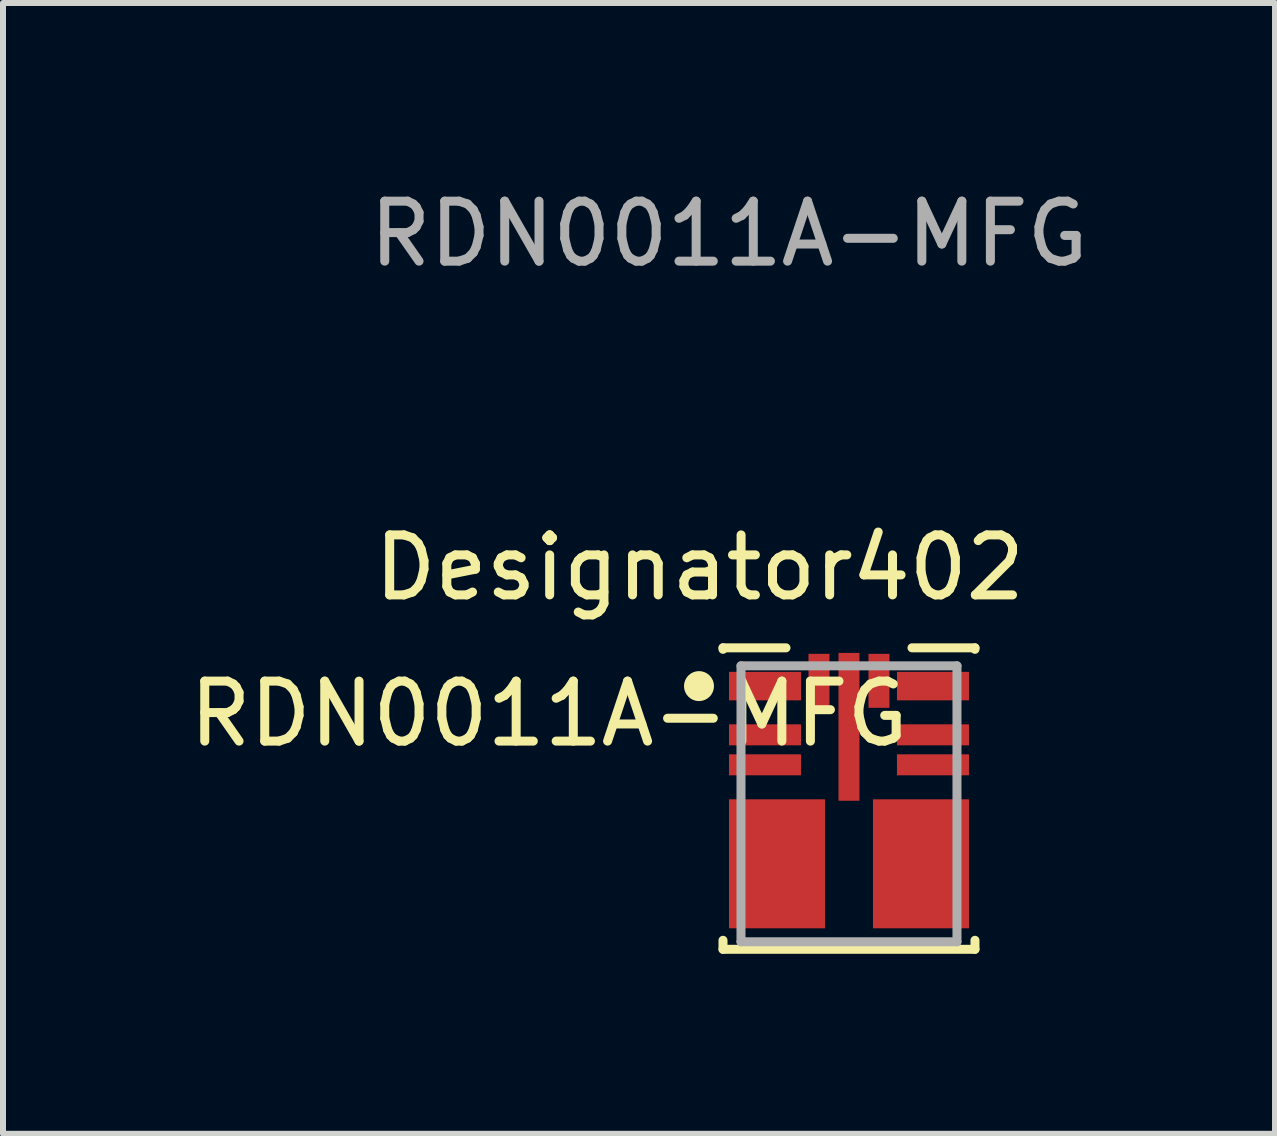
<source format=kicad_pcb>
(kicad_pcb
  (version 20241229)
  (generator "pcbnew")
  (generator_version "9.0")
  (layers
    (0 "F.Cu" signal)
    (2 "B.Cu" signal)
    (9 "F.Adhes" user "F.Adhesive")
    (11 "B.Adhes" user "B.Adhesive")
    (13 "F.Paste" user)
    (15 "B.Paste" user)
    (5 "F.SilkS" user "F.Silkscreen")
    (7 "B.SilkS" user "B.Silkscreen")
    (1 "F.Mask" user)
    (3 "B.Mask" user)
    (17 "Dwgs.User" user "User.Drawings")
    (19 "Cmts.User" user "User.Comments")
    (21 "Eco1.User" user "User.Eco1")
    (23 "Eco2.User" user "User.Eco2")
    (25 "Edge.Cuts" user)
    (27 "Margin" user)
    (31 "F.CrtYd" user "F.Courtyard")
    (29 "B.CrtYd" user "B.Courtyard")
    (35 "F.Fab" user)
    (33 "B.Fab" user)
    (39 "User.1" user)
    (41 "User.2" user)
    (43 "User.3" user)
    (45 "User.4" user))
  (footprint "RDN0011A-MFG"
    (layer "F.Cu")
    (at 11.101 10.348)
    (property "Reference" "RDN0011A-MFG" (at -5 -1.5 0) (unlocked yes) (layer "F.SilkS") (effects (font (size 1 1) (thickness 0.15))))
    (attr through_hole)
    (fp_poly (pts (xy -1.95 -2.099) (xy -1.9 -2.15) (xy -0.9 -2.15) (xy -0.85 -2.099) (xy -0.85 -1.825) (xy -0.9 -1.774) (xy -1.9 -1.774) (xy -1.95 -1.825)) (stroke (width 0) (type solid)) (fill yes) (layer "F.Mask"))
    (fp_poly (pts (xy -1.9 -1.025) (xy -1.95 -1.075) (xy -1.95 -1.225) (xy -1.9 -1.275) (xy -0.9 -1.275) (xy -0.85 -1.225) (xy -0.85 -1.075) (xy -0.9 -1.025)) (stroke (width 0) (type solid)) (fill yes) (layer "F.Mask"))
    (fp_poly (pts (xy -0.9 -0.775) (xy -0.85 -0.725) (xy -0.85 -0.575) (xy -0.9 -0.525) (xy -1.9 -0.525) (xy -1.95 -0.575) (xy -1.95 -0.725) (xy -1.9 -0.775)) (stroke (width 0) (type solid)) (fill yes) (layer "F.Mask"))
    (fp_poly (pts (xy -0.425 -1.65) (xy -0.575 -1.65) (xy -0.625 -1.7) (xy -0.625 -2.4) (xy -0.575 -2.45) (xy -0.425 -2.45) (xy -0.375 -2.4) (xy -0.375 -1.7)) (stroke (width 0) (type solid)) (fill yes) (layer "F.Mask"))
    (fp_poly (pts (xy -0.15 -2.4) (xy -0.1 -2.45) (xy 0.1 -2.45) (xy 0.15 -2.4) (xy 0.15 -0.974) (xy 0.1 -0.924) (xy -0.1 -0.924) (xy -0.15 -0.974)) (stroke (width 0) (type solid)) (fill yes) (layer "F.Mask"))
    (fp_poly (pts (xy 0.575 -1.65) (xy 0.425 -1.65) (xy 0.375 -1.7) (xy 0.375 -2.4) (xy 0.425 -2.45) (xy 0.575 -2.45) (xy 0.625 -2.4) (xy 0.625 -1.7)) (stroke (width 0) (type solid)) (fill yes) (layer "F.Mask"))
    (fp_poly (pts (xy 0.85 -1.075) (xy 0.85 -1.225) (xy 0.9 -1.275) (xy 1.9 -1.275) (xy 1.95 -1.225) (xy 1.95 -1.075) (xy 1.9 -1.025) (xy 0.9 -1.025)) (stroke (width 0) (type solid)) (fill yes) (layer "F.Mask"))
    (fp_poly (pts (xy 0.85 -0.725) (xy 0.9 -0.775) (xy 1.9 -0.775) (xy 1.95 -0.725) (xy 1.95 -0.575) (xy 1.9 -0.525) (xy 0.9 -0.525) (xy 0.85 -0.575)) (stroke (width 0) (type solid)) (fill yes) (layer "F.Mask"))
    (fp_poly (pts (xy 1.95 -2.099) (xy 1.95 -1.825) (xy 1.9 -1.774) (xy 0.9 -1.774) (xy 0.85 -1.825) (xy 0.85 -2.099) (xy 0.9 -2.15) (xy 1.9 -2.15)) (stroke (width 0) (type solid)) (fill yes) (layer "F.Mask"))
    (fp_poly (pts (xy -0.5 2.025) (xy -0.45 1.975) (xy -0.45 0.025) (xy -0.5 -0.025) (xy -1.525 -0.025) (xy -1.575 0.025) (xy -1.575 0.125) (xy -1.625 0.175) (xy -1.9 0.175) (xy -1.95 0.225) (xy -1.95 0.375) (xy -1.9 0.425) (xy -1.625 0.425) (xy -1.575 0.475) (xy -1.575 0.625) (xy -1.625 0.675) (xy -1.9 0.675) (xy -1.95 0.725) (xy -1.95 0.875) (xy -1.9 0.925) (xy -1.625 0.925) (xy -1.575 0.975) (xy -1.575 1.125) (xy -1.625 1.175) (xy -1.9 1.175) (xy -1.95 1.225) (xy -1.95 1.375) (xy -1.9 1.425) (xy -1.625 1.425) (xy -1.575 1.475) (xy -1.575 1.625) (xy -1.625 1.675) (xy -1.9 1.675) (xy -1.95 1.725) (xy -1.95 1.875) (xy -1.9 1.925) (xy -1.625 1.925) (xy -1.575 1.975) (xy -1.575 1.975) (xy -1.525 2.025)) (stroke (width 0) (type solid)) (fill yes) (layer "F.Mask"))
    (fp_poly (pts (xy 0.5 2.025) (xy 0.45 1.975) (xy 0.45 0.025) (xy 0.5 -0.025) (xy 1.525 -0.025) (xy 1.575 0.025) (xy 1.575 0.125) (xy 1.625 0.175) (xy 1.9 0.175) (xy 1.95 0.225) (xy 1.95 0.375) (xy 1.9 0.425) (xy 1.625 0.425) (xy 1.575 0.475) (xy 1.575 0.625) (xy 1.625 0.675) (xy 1.9 0.675) (xy 1.95 0.725) (xy 1.95 0.875) (xy 1.9 0.925) (xy 1.625 0.925) (xy 1.575 0.975) (xy 1.575 1.125) (xy 1.625 1.175) (xy 1.9 1.175) (xy 1.95 1.225) (xy 1.95 1.375) (xy 1.9 1.425) (xy 1.625 1.425) (xy 1.575 1.475) (xy 1.575 1.625) (xy 1.625 1.675) (xy 1.9 1.675) (xy 1.95 1.725) (xy 1.95 1.875) (xy 1.9 1.925) (xy 1.625 1.925) (xy 1.575 1.975) (xy 1.575 1.975) (xy 1.525 2.025)) (stroke (width 0) (type solid)) (fill yes) (layer "F.Mask"))
    (fp_line (start -2.1 -2.6) (end -1.05 -2.6) (stroke (width 0.15) (type solid)) (layer "F.SilkS"))
    (fp_line (start -2.1 -2.575) (end -2.1 -2.6) (stroke (width 0.15) (type solid)) (layer "F.SilkS"))
    (fp_line (start -2.1 2.425) (end -2.1 2.275) (stroke (width 0.15) (type solid)) (layer "F.SilkS"))
    (fp_line (start -2.1 2.425) (end 2.1 2.425) (stroke (width 0.15) (type solid)) (layer "F.SilkS"))
    (fp_line (start 1.05 -2.6) (end 2.1 -2.6) (stroke (width 0.15) (type solid)) (layer "F.SilkS"))
    (fp_line (start 2.1 -2.575) (end 2.1 -2.6) (stroke (width 0.15) (type solid)) (layer "F.SilkS"))
    (fp_line (start 2.1 2.425) (end 2.1 2.275) (stroke (width 0.15) (type solid)) (layer "F.SilkS"))
    (fp_circle (center -2.5 -1.962) (end -2.375 -1.962) (stroke (width 0.25) (type solid)) (fill no) (layer "F.SilkS"))
    (fp_poly (pts (xy -1.95 -2.099) (xy -1.9 -2.15) (xy -0.9 -2.15) (xy -0.85 -2.099) (xy -0.85 -1.825) (xy -0.9 -1.774) (xy -1.9 -1.774) (xy -1.95 -1.825)) (stroke (width 0) (type solid)) (fill yes) (layer "F.Paste"))
    (fp_poly (pts (xy -1.9 -1.025) (xy -1.95 -1.075) (xy -1.95 -1.225) (xy -1.9 -1.275) (xy -0.9 -1.275) (xy -0.85 -1.225) (xy -0.85 -1.075) (xy -0.9 -1.025)) (stroke (width 0) (type solid)) (fill yes) (layer "F.Paste"))
    (fp_poly (pts (xy -1.575 0.225) (xy -1.575 0.375) (xy -1.625 0.425) (xy -1.9 0.425) (xy -1.95 0.375) (xy -1.95 0.225) (xy -1.9 0.175) (xy -1.625 0.175)) (stroke (width 0) (type solid)) (fill yes) (layer "F.Paste"))
    (fp_poly (pts (xy -1.575 0.725) (xy -1.575 0.875) (xy -1.625 0.925) (xy -1.9 0.925) (xy -1.95 0.875) (xy -1.95 0.725) (xy -1.9 0.675) (xy -1.625 0.675)) (stroke (width 0) (type solid)) (fill yes) (layer "F.Paste"))
    (fp_poly (pts (xy -1.575 1.225) (xy -1.575 1.375) (xy -1.625 1.425) (xy -1.9 1.425) (xy -1.95 1.375) (xy -1.95 1.225) (xy -1.9 1.175) (xy -1.625 1.175)) (stroke (width 0) (type solid)) (fill yes) (layer "F.Paste"))
    (fp_poly (pts (xy -1.575 1.725) (xy -1.575 1.875) (xy -1.625 1.925) (xy -1.9 1.925) (xy -1.95 1.875) (xy -1.95 1.725) (xy -1.9 1.675) (xy -1.625 1.675)) (stroke (width 0) (type solid)) (fill yes) (layer "F.Paste"))
    (fp_poly (pts (xy -1.38 0.443) (xy -1.38 0.028) (xy -1.33 -0.022) (xy -0.5 -0.022) (xy -0.45 0.028) (xy -0.45 0.443) (xy -0.5 0.493) (xy -1.33 0.493)) (stroke (width 0) (type solid)) (fill yes) (layer "F.Paste"))
    (fp_poly (pts (xy -1.33 1.31) (xy -1.38 1.26) (xy -1.38 0.74) (xy -1.33 0.69) (xy -0.5 0.69) (xy -0.45 0.74) (xy -0.45 1.26) (xy -0.5 1.31)) (stroke (width 0) (type solid)) (fill yes) (layer "F.Paste"))
    (fp_poly (pts (xy -1.33 1.512) (xy -0.5 1.512) (xy -0.45 1.562) (xy -0.45 1.977) (xy -0.5 2.027) (xy -1.33 2.027) (xy -1.38 1.977) (xy -1.38 1.562)) (stroke (width 0) (type solid)) (fill yes) (layer "F.Paste"))
    (fp_poly (pts (xy -0.9 -0.775) (xy -0.85 -0.725) (xy -0.85 -0.575) (xy -0.9 -0.525) (xy -1.9 -0.525) (xy -1.95 -0.575) (xy -1.95 -0.725) (xy -1.9 -0.775)) (stroke (width 0) (type solid)) (fill yes) (layer "F.Paste"))
    (fp_poly (pts (xy -0.425 -1.65) (xy -0.575 -1.65) (xy -0.625 -1.7) (xy -0.625 -2.4) (xy -0.575 -2.45) (xy -0.425 -2.45) (xy -0.375 -2.4) (xy -0.375 -1.7)) (stroke (width 0) (type solid)) (fill yes) (layer "F.Paste"))
    (fp_poly (pts (xy -0.15 -2.4) (xy -0.1 -2.45) (xy 0.1 -2.45) (xy 0.15 -2.4) (xy 0.15 -0.974) (xy 0.1 -0.924) (xy -0.1 -0.924) (xy -0.15 -0.974)) (stroke (width 0) (type solid)) (fill yes) (layer "F.Paste"))
    (fp_poly (pts (xy 0.45 1.26) (xy 0.45 0.74) (xy 0.5 0.69) (xy 1.33 0.69) (xy 1.38 0.74) (xy 1.38 1.26) (xy 1.33 1.31) (xy 0.5 1.31)) (stroke (width 0) (type solid)) (fill yes) (layer "F.Paste"))
    (fp_poly (pts (xy 0.575 -1.65) (xy 0.425 -1.65) (xy 0.375 -1.7) (xy 0.375 -2.4) (xy 0.425 -2.45) (xy 0.575 -2.45) (xy 0.625 -2.4) (xy 0.625 -1.7)) (stroke (width 0) (type solid)) (fill yes) (layer "F.Paste"))
    (fp_poly (pts (xy 0.85 -1.075) (xy 0.85 -1.225) (xy 0.9 -1.275) (xy 1.9 -1.275) (xy 1.95 -1.225) (xy 1.95 -1.075) (xy 1.9 -1.025) (xy 0.9 -1.025)) (stroke (width 0) (type solid)) (fill yes) (layer "F.Paste"))
    (fp_poly (pts (xy 0.85 -0.725) (xy 0.9 -0.775) (xy 1.9 -0.775) (xy 1.95 -0.725) (xy 1.95 -0.575) (xy 1.9 -0.525) (xy 0.9 -0.525) (xy 0.85 -0.575)) (stroke (width 0) (type solid)) (fill yes) (layer "F.Paste"))
    (fp_poly (pts (xy 1.33 0.493) (xy 0.5 0.493) (xy 0.45 0.443) (xy 0.45 0.028) (xy 0.5 -0.022) (xy 1.33 -0.022) (xy 1.38 0.028) (xy 1.38 0.443)) (stroke (width 0) (type solid)) (fill yes) (layer "F.Paste"))
    (fp_poly (pts (xy 1.38 1.562) (xy 1.38 1.977) (xy 1.33 2.027) (xy 0.5 2.027) (xy 0.45 1.977) (xy 0.45 1.562) (xy 0.5 1.512) (xy 1.33 1.512)) (stroke (width 0) (type solid)) (fill yes) (layer "F.Paste"))
    (fp_poly (pts (xy 1.95 0.225) (xy 1.95 0.375) (xy 1.9 0.425) (xy 1.625 0.425) (xy 1.575 0.375) (xy 1.575 0.225) (xy 1.625 0.175) (xy 1.9 0.175)) (stroke (width 0) (type solid)) (fill yes) (layer "F.Paste"))
    (fp_poly (pts (xy 1.95 0.725) (xy 1.95 0.875) (xy 1.9 0.925) (xy 1.625 0.925) (xy 1.575 0.875) (xy 1.575 0.725) (xy 1.625 0.675) (xy 1.9 0.675)) (stroke (width 0) (type solid)) (fill yes) (layer "F.Paste"))
    (fp_poly (pts (xy 1.95 1.225) (xy 1.95 1.375) (xy 1.9 1.425) (xy 1.625 1.425) (xy 1.575 1.375) (xy 1.575 1.225) (xy 1.625 1.175) (xy 1.9 1.175)) (stroke (width 0) (type solid)) (fill yes) (layer "F.Paste"))
    (fp_poly (pts (xy 1.95 1.725) (xy 1.95 1.875) (xy 1.9 1.925) (xy 1.625 1.925) (xy 1.575 1.875) (xy 1.575 1.725) (xy 1.625 1.675) (xy 1.9 1.675)) (stroke (width 0) (type solid)) (fill yes) (layer "F.Paste"))
    (fp_poly (pts (xy 1.95 -2.099) (xy 1.95 -1.825) (xy 1.9 -1.774) (xy 0.9 -1.774) (xy 0.85 -1.825) (xy 0.85 -2.099) (xy 0.9 -2.15) (xy 1.9 -2.15)) (stroke (width 0) (type solid)) (fill yes) (layer "F.Paste"))
    (fp_line (start -1.8 -2.3) (end 1.8 -2.3) (stroke (width 0.15) (type solid)) (layer "F.Fab"))
    (fp_line (start -1.8 2.3) (end -1.8 -2.3) (stroke (width 0.15) (type solid)) (layer "F.Fab"))
    (fp_line (start -1.8 2.3) (end 1.8 2.3) (stroke (width 0.15) (type solid)) (layer "F.Fab"))
    (fp_line (start 1.8 2.3) (end 1.8 -2.3) (stroke (width 0.15) (type solid)) (layer "F.Fab"))
    (fp_text user "Designator402" (at -2.489 -3.937 0) (unlocked yes) (layer "F.SilkS") (effects (font (size 1 1) (thickness 0.15))))
    (fp_text user "${REFERENCE}" (at -2 -9.5 0) (unlocked yes) (layer "F.Fab") (effects (font (size 1 1) (thickness 0.15))))
    (pad "1" smd rect (at -1.4 -1.962) (size 1.2 0.475) (layers "F.Cu"))
    (pad "2" smd rect (at -1.4 -1.15) (size 1.2 0.35) (layers "F.Cu"))
    (pad "3" smd rect (at -1.4 -0.65) (size 1.2 0.35) (layers "F.Cu"))
    (pad "4" smd rect (at -1.2 1) (size 1.6 2.15) (layers "F.Cu"))
    (pad "5" smd rect (at 1.2 1) (size 1.6 2.15) (layers "F.Cu"))
    (pad "6" smd rect (at 1.4 -0.65) (size 1.2 0.35) (layers "F.Cu"))
    (pad "7" smd rect (at 1.4 -1.15) (size 1.2 0.35) (layers "F.Cu"))
    (pad "8" smd rect (at 1.4 -1.962) (size 1.2 0.475) (layers "F.Cu"))
    (pad "9" smd rect (at 0.5 -2.05) (size 0.35 0.9) (layers "F.Cu"))
    (pad "10" smd rect (at 0 -0.864) (size 0.35 2.464) (drill (offset 0 -0.419)) (layers "F.Cu"))
    (pad "11" smd rect (at -0.5 -2.05) (size 0.35 0.9) (layers "F.Cu")))
  (gr_rect
    (start -3 -3)
    (end 18.202 15.848)
    (stroke (width 0.1) (type default))
    (fill no)
    (layer "Edge.Cuts")))
</source>
